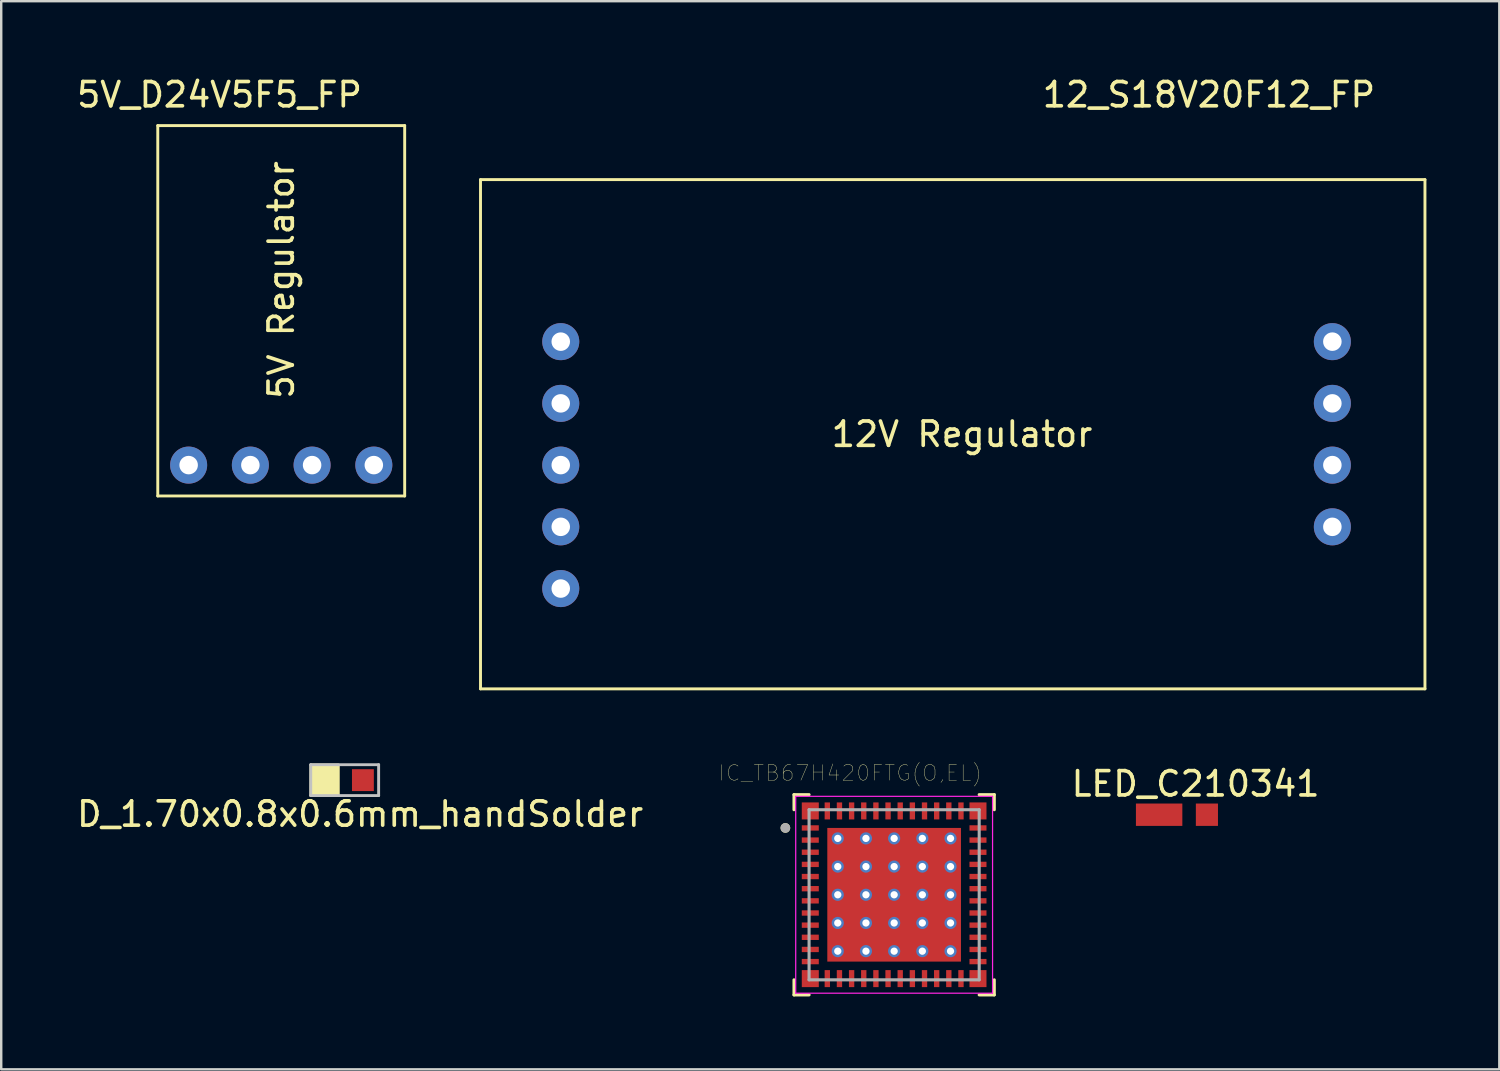
<source format=kicad_pcb>
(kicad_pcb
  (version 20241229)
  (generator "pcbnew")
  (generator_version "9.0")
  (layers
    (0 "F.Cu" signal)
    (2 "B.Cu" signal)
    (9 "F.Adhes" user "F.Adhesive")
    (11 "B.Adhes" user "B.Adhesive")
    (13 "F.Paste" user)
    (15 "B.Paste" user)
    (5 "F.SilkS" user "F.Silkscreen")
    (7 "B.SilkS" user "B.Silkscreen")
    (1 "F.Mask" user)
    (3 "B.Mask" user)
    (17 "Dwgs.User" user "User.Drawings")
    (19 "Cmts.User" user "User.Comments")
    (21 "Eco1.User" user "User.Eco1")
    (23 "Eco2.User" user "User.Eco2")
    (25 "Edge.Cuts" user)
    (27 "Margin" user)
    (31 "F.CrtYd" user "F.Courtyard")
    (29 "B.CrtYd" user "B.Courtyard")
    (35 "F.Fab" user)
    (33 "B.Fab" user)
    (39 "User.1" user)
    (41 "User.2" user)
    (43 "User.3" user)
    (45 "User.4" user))
  (footprint "12_S18V20F12_FP"
    (layer "F.Cu")
    (at 36.534 14.818)
    (property "Reference" "12_S18V20F12_FP" (at 10.16 -13.97 0) (layer "F.SilkS") (effects (font (size 1 1) (thickness 0.15))))
    (attr through_hole)
    (fp_line (start -19.812 10.477) (end -19.812 -10.477) (stroke (width 0.12) (type solid)) (layer "F.SilkS"))
    (fp_line (start 19.05 -10.477) (end -19.812 -10.477) (stroke (width 0.12) (type solid)) (layer "F.SilkS"))
    (fp_line (start 19.05 10.477) (end -19.812 10.477) (stroke (width 0.12) (type solid)) (layer "F.SilkS"))
    (fp_line (start 19.05 10.477) (end 19.05 -10.477) (stroke (width 0.12) (type solid)) (layer "F.SilkS"))
    (fp_text user "12V Regulator" (at 0 0 0) (layer "F.SilkS") (effects (font (size 1 1) (thickness 0.15))))
    (pad "1" thru_hole circle (at -16.51 -3.81) (size 1.524 1.524) (drill 0.762) (layers "*.Cu" "*.Mask"))
    (pad "1" thru_hole circle (at -16.51 -1.27) (size 1.524 1.524) (drill 0.762) (layers "*.Cu" "*.Mask"))
    (pad "2" thru_hole circle (at -16.51 1.27) (size 1.524 1.524) (drill 0.762) (layers "*.Cu" "*.Mask"))
    (pad "2" thru_hole circle (at -16.51 3.81) (size 1.524 1.524) (drill 0.762) (layers "*.Cu" "*.Mask"))
    (pad "3" thru_hole circle (at -16.51 6.35) (size 1.524 1.524) (drill 0.762) (layers "*.Cu" "*.Mask"))
    (pad "4" thru_hole circle (at 15.24 1.27) (size 1.524 1.524) (drill 0.762) (layers "*.Cu" "*.Mask"))
    (pad "4" thru_hole circle (at 15.24 3.81) (size 1.524 1.524) (drill 0.762) (layers "*.Cu" "*.Mask"))
    (pad "5" thru_hole circle (at 15.24 -3.81) (size 1.524 1.524) (drill 0.762) (layers "*.Cu" "*.Mask"))
    (pad "5" thru_hole circle (at 15.24 -1.27) (size 1.524 1.524) (drill 0.762) (layers "*.Cu" "*.Mask")))
  (footprint "IC_TB67H420FTG(O,EL)"
    (layer "F.Cu")
    (at 33.742 33.768)
    (property "Reference" "IC_TB67H420FTG(O,EL)" (at -1.808 -5.011 0) (layer "F.SilkS") (effects (font (size 0.64 0.64) (thickness 0.015))))
    (attr through_hole)
    (fp_line (start -4.12 -4.12) (end -4.12 -3.5) (stroke (width 0.127) (type solid)) (layer "F.SilkS"))
    (fp_line (start -4.12 3.5) (end -4.12 4.12) (stroke (width 0.127) (type solid)) (layer "F.SilkS"))
    (fp_line (start -4.12 4.12) (end -3.5 4.12) (stroke (width 0.127) (type solid)) (layer "F.SilkS"))
    (fp_line (start -3.5 -4.12) (end -4.12 -4.12) (stroke (width 0.127) (type solid)) (layer "F.SilkS"))
    (fp_line (start 3.5 -4.12) (end 4.12 -4.12) (stroke (width 0.127) (type solid)) (layer "F.SilkS"))
    (fp_line (start 3.5 4.12) (end 4.12 4.12) (stroke (width 0.127) (type solid)) (layer "F.SilkS"))
    (fp_line (start 4.12 -3.5) (end 4.12 -4.12) (stroke (width 0.127) (type solid)) (layer "F.SilkS"))
    (fp_line (start 4.12 4.12) (end 4.12 3.5) (stroke (width 0.127) (type solid)) (layer "F.SilkS"))
    (fp_circle (center -4.475 -2.75) (end -4.375 -2.75) (stroke (width 0.2) (type solid)) (fill no) (layer "F.SilkS"))
    (fp_line (start -4.05 -4.05) (end 4.05 -4.05) (stroke (width 0.05) (type solid)) (layer "F.CrtYd"))
    (fp_line (start -4.05 4.05) (end -4.05 -4.05) (stroke (width 0.05) (type solid)) (layer "F.CrtYd"))
    (fp_line (start -4.05 4.05) (end 4.05 4.05) (stroke (width 0.05) (type solid)) (layer "F.CrtYd"))
    (fp_line (start 4.05 4.05) (end 4.05 -4.05) (stroke (width 0.05) (type solid)) (layer "F.CrtYd"))
    (fp_line (start -3.5 3.5) (end -3.5 -3.5) (stroke (width 0.127) (type solid)) (layer "F.Fab"))
    (fp_line (start 3.5 -3.5) (end -3.5 -3.5) (stroke (width 0.127) (type solid)) (layer "F.Fab"))
    (fp_line (start 3.5 3.5) (end -3.5 3.5) (stroke (width 0.127) (type solid)) (layer "F.Fab"))
    (fp_line (start 3.5 3.5) (end 3.5 -3.5) (stroke (width 0.127) (type solid)) (layer "F.Fab"))
    (fp_circle (center -4.475 -2.75) (end -4.375 -2.75) (stroke (width 0.2) (type solid)) (fill no) (layer "F.Fab"))
    (pad "1" smd rect (at -3.45 -2.75) (size 0.7 0.22) (layers "F.Cu" "F.Mask" "F.Paste"))
    (pad "2" smd rect (at -3.45 -2.25) (size 0.7 0.22) (layers "F.Cu" "F.Mask" "F.Paste"))
    (pad "3" smd rect (at -3.45 -1.75) (size 0.7 0.22) (layers "F.Cu" "F.Mask" "F.Paste"))
    (pad "4" smd rect (at -3.45 -1.25) (size 0.7 0.22) (layers "F.Cu" "F.Mask" "F.Paste"))
    (pad "5" smd rect (at -3.45 -0.75) (size 0.7 0.22) (layers "F.Cu" "F.Mask" "F.Paste"))
    (pad "6" smd rect (at -3.45 -0.25) (size 0.7 0.22) (layers "F.Cu" "F.Mask" "F.Paste"))
    (pad "7" smd rect (at -3.45 0.25) (size 0.7 0.22) (layers "F.Cu" "F.Mask" "F.Paste"))
    (pad "8" smd rect (at -3.45 0.75) (size 0.7 0.22) (layers "F.Cu" "F.Mask" "F.Paste"))
    (pad "9" smd rect (at -3.45 1.25) (size 0.7 0.22) (layers "F.Cu" "F.Mask" "F.Paste"))
    (pad "10" smd rect (at -3.45 1.75) (size 0.7 0.22) (layers "F.Cu" "F.Mask" "F.Paste"))
    (pad "11" smd rect (at -3.45 2.25) (size 0.7 0.22) (layers "F.Cu" "F.Mask" "F.Paste"))
    (pad "12" smd rect (at -3.45 2.75) (size 0.7 0.22) (layers "F.Cu" "F.Mask" "F.Paste"))
    (pad "13" smd rect (at -2.75 3.45) (size 0.22 0.7) (layers "F.Cu" "F.Mask" "F.Paste"))
    (pad "14" smd rect (at -2.25 3.45) (size 0.22 0.7) (layers "F.Cu" "F.Mask" "F.Paste"))
    (pad "15" smd rect (at -1.75 3.45) (size 0.22 0.7) (layers "F.Cu" "F.Mask" "F.Paste"))
    (pad "16" smd rect (at -1.25 3.45) (size 0.22 0.7) (layers "F.Cu" "F.Mask" "F.Paste"))
    (pad "17" smd rect (at -0.75 3.45) (size 0.22 0.7) (layers "F.Cu" "F.Mask" "F.Paste"))
    (pad "18" smd rect (at -0.25 3.45) (size 0.22 0.7) (layers "F.Cu" "F.Mask" "F.Paste"))
    (pad "19" smd rect (at 0.25 3.45) (size 0.22 0.7) (layers "F.Cu" "F.Mask" "F.Paste"))
    (pad "20" smd rect (at 0.75 3.45) (size 0.22 0.7) (layers "F.Cu" "F.Mask" "F.Paste"))
    (pad "21" smd rect (at 1.25 3.45) (size 0.22 0.7) (layers "F.Cu" "F.Mask" "F.Paste"))
    (pad "22" smd rect (at 1.75 3.45) (size 0.22 0.7) (layers "F.Cu" "F.Mask" "F.Paste"))
    (pad "23" smd rect (at 2.25 3.45) (size 0.22 0.7) (layers "F.Cu" "F.Mask" "F.Paste"))
    (pad "24" smd rect (at 2.75 3.45) (size 0.22 0.7) (layers "F.Cu" "F.Mask" "F.Paste"))
    (pad "25" smd rect (at 3.45 2.75) (size 0.7 0.22) (layers "F.Cu" "F.Mask" "F.Paste"))
    (pad "26" smd rect (at 3.45 2.25) (size 0.7 0.22) (layers "F.Cu" "F.Mask" "F.Paste"))
    (pad "27" smd rect (at 3.45 1.75) (size 0.7 0.22) (layers "F.Cu" "F.Mask" "F.Paste"))
    (pad "28" smd rect (at 3.45 1.25) (size 0.7 0.22) (layers "F.Cu" "F.Mask" "F.Paste"))
    (pad "29" smd rect (at 3.45 0.75) (size 0.7 0.22) (layers "F.Cu" "F.Mask" "F.Paste"))
    (pad "30" smd rect (at 3.45 0.25) (size 0.7 0.22) (layers "F.Cu" "F.Mask" "F.Paste"))
    (pad "31" smd rect (at 3.45 -0.25) (size 0.7 0.22) (layers "F.Cu" "F.Mask" "F.Paste"))
    (pad "32" smd rect (at 3.45 -0.75) (size 0.7 0.22) (layers "F.Cu" "F.Mask" "F.Paste"))
    (pad "33" smd rect (at 3.45 -1.25) (size 0.7 0.22) (layers "F.Cu" "F.Mask" "F.Paste"))
    (pad "34" smd rect (at 3.45 -1.75) (size 0.7 0.22) (layers "F.Cu" "F.Mask" "F.Paste"))
    (pad "35" smd rect (at 3.45 -2.25) (size 0.7 0.22) (layers "F.Cu" "F.Mask" "F.Paste"))
    (pad "36" smd rect (at 3.45 -2.75) (size 0.7 0.22) (layers "F.Cu" "F.Mask" "F.Paste"))
    (pad "37" smd rect (at 2.75 -3.45) (size 0.22 0.7) (layers "F.Cu" "F.Mask" "F.Paste"))
    (pad "38" smd rect (at 2.25 -3.45) (size 0.22 0.7) (layers "F.Cu" "F.Mask" "F.Paste"))
    (pad "39" smd rect (at 1.75 -3.45) (size 0.22 0.7) (layers "F.Cu" "F.Mask" "F.Paste"))
    (pad "40" smd rect (at 1.25 -3.45) (size 0.22 0.7) (layers "F.Cu" "F.Mask" "F.Paste"))
    (pad "41" smd rect (at 0.75 -3.45) (size 0.22 0.7) (layers "F.Cu" "F.Mask" "F.Paste"))
    (pad "42" smd rect (at 0.25 -3.45) (size 0.22 0.7) (layers "F.Cu" "F.Mask" "F.Paste"))
    (pad "43" smd rect (at -0.25 -3.45) (size 0.22 0.7) (layers "F.Cu" "F.Mask" "F.Paste"))
    (pad "44" smd rect (at -0.75 -3.45) (size 0.22 0.7) (layers "F.Cu" "F.Mask" "F.Paste"))
    (pad "45" smd rect (at -1.25 -3.45) (size 0.22 0.7) (layers "F.Cu" "F.Mask" "F.Paste"))
    (pad "46" smd rect (at -1.75 -3.45) (size 0.22 0.7) (layers "F.Cu" "F.Mask" "F.Paste"))
    (pad "47" smd rect (at -2.25 -3.45) (size 0.22 0.7) (layers "F.Cu" "F.Mask" "F.Paste"))
    (pad "48" smd rect (at -2.75 -3.45) (size 0.22 0.7) (layers "F.Cu" "F.Mask" "F.Paste"))
    (pad "49" smd rect (at 3.45 -3.45) (size 0.7 0.7) (layers "F.Cu" "F.Mask" "F.Paste"))
    (pad "50" smd rect (at -3.45 -3.45) (size 0.7 0.7) (layers "F.Cu" "F.Mask" "F.Paste"))
    (pad "51" smd rect (at -3.45 3.45) (size 0.7 0.7) (layers "F.Cu" "F.Mask" "F.Paste"))
    (pad "52" smd rect (at 3.45 3.45) (size 0.7 0.7) (layers "F.Cu" "F.Mask" "F.Paste"))
    (pad "61" smd rect (at 0 0) (size 5.5 5.5) (layers "F.Cu" "F.Mask" "F.Paste"))
    (pad "74" thru_hole circle (at -2.32 -2.32) (size 0.5 0.5) (drill 0.3) (layers "*.Cu" "*.Mask"))
    (pad "75" thru_hole circle (at -2.32 -1.16) (size 0.5 0.5) (drill 0.3) (layers "*.Cu" "*.Mask"))
    (pad "76" thru_hole circle (at -2.32 0) (size 0.5 0.5) (drill 0.3) (layers "*.Cu" "*.Mask"))
    (pad "77" thru_hole circle (at -2.32 1.16) (size 0.5 0.5) (drill 0.3) (layers "*.Cu" "*.Mask"))
    (pad "78" thru_hole circle (at -2.32 2.32) (size 0.5 0.5) (drill 0.3) (layers "*.Cu" "*.Mask"))
    (pad "79" thru_hole circle (at -1.16 2.32) (size 0.5 0.5) (drill 0.3) (layers "*.Cu" "*.Mask"))
    (pad "80" thru_hole circle (at -1.16 1.16) (size 0.5 0.5) (drill 0.3) (layers "*.Cu" "*.Mask"))
    (pad "81" thru_hole circle (at -1.16 0) (size 0.5 0.5) (drill 0.3) (layers "*.Cu" "*.Mask"))
    (pad "82" thru_hole circle (at -1.16 -1.16) (size 0.5 0.5) (drill 0.3) (layers "*.Cu" "*.Mask"))
    (pad "83" thru_hole circle (at -1.16 -2.32) (size 0.5 0.5) (drill 0.3) (layers "*.Cu" "*.Mask"))
    (pad "84" thru_hole circle (at 0 -2.32) (size 0.5 0.5) (drill 0.3) (layers "*.Cu" "*.Mask"))
    (pad "85" thru_hole circle (at 0 -1.16) (size 0.5 0.5) (drill 0.3) (layers "*.Cu" "*.Mask"))
    (pad "86" thru_hole circle (at 0 0) (size 0.5 0.5) (drill 0.3) (layers "*.Cu" "*.Mask"))
    (pad "87" thru_hole circle (at 0 1.16) (size 0.5 0.5) (drill 0.3) (layers "*.Cu" "*.Mask"))
    (pad "88" thru_hole circle (at 0 2.32) (size 0.5 0.5) (drill 0.3) (layers "*.Cu" "*.Mask"))
    (pad "89" thru_hole circle (at 1.16 2.32) (size 0.5 0.5) (drill 0.3) (layers "*.Cu" "*.Mask"))
    (pad "90" thru_hole circle (at 1.16 1.16) (size 0.5 0.5) (drill 0.3) (layers "*.Cu" "*.Mask"))
    (pad "91" thru_hole circle (at 1.16 0) (size 0.5 0.5) (drill 0.3) (layers "*.Cu" "*.Mask"))
    (pad "92" thru_hole circle (at 1.16 -1.16) (size 0.5 0.5) (drill 0.3) (layers "*.Cu" "*.Mask"))
    (pad "93" thru_hole circle (at 1.16 -2.32) (size 0.5 0.5) (drill 0.3) (layers "*.Cu" "*.Mask"))
    (pad "94" thru_hole circle (at 2.32 -2.32) (size 0.5 0.5) (drill 0.3) (layers "*.Cu" "*.Mask"))
    (pad "95" thru_hole circle (at 2.32 -1.16) (size 0.5 0.5) (drill 0.3) (layers "*.Cu" "*.Mask"))
    (pad "96" thru_hole circle (at 2.32 0) (size 0.5 0.5) (drill 0.3) (layers "*.Cu" "*.Mask"))
    (pad "97" thru_hole circle (at 2.32 1.16) (size 0.5 0.5) (drill 0.3) (layers "*.Cu" "*.Mask"))
    (pad "98" thru_hole circle (at 2.32 2.32) (size 0.5 0.5) (drill 0.3) (layers "*.Cu" "*.Mask")))
  (footprint "5V_D24V5F5_FP"
    (layer "F.Cu")
    (at 8.522 13.548)
    (property "Reference" "5V_D24V5F5_FP" (at -2.54 -12.7 0) (layer "F.SilkS") (effects (font (size 1 1) (thickness 0.15))))
    (attr through_hole)
    (fp_line (start -5.08 -11.43) (end 5.08 -11.43) (stroke (width 0.12) (type solid)) (layer "F.SilkS"))
    (fp_line (start -5.08 3.81) (end -5.08 -11.43) (stroke (width 0.12) (type solid)) (layer "F.SilkS"))
    (fp_line (start -5.08 3.81) (end 5.08 3.81) (stroke (width 0.12) (type solid)) (layer "F.SilkS"))
    (fp_line (start 5.08 3.81) (end 5.08 -11.43) (stroke (width 0.12) (type solid)) (layer "F.SilkS"))
    (fp_text user "5V Regulator" (at 0 -5.08 90) (layer "F.SilkS") (effects (font (size 1 1) (thickness 0.15))))
    (pad "1" thru_hole circle (at -3.81 2.54) (size 1.524 1.524) (drill 0.762) (layers "*.Cu" "*.Mask"))
    (pad "2" thru_hole circle (at -1.27 2.54) (size 1.524 1.524) (drill 0.762) (layers "*.Cu" "*.Mask"))
    (pad "3" thru_hole circle (at 1.27 2.54) (size 1.524 1.524) (drill 0.762) (layers "*.Cu" "*.Mask"))
    (pad "4" thru_hole circle (at 3.81 2.54) (size 1.524 1.524) (drill 0.762) (layers "*.Cu" "*.Mask")))
  (footprint "LED_C210341"
    (layer "F.Cu")
    (at 45.892 30.474)
    (property "Reference" "LED_C210341" (at 0.254 -1.27 0) (layer "F.SilkS") (effects (font (size 1 1) (thickness 0.15))))
    (attr through_hole)
    (pad "1" smd rect (at -1.246 0) (size 1.91 0.92) (layers "F.Cu" "F.Mask" "F.Paste"))
    (pad "2" smd rect (at 0.72 0) (size 0.91 0.92) (layers "F.Cu" "F.Mask" "F.Paste")))
  (footprint "D_1.70x0.8x0.6mm_handSolder"
    (layer "F.Cu")
    (at 11.133 29.051)
    (property "Reference" "D_1.70x0.8x0.6mm_handSolder" (at 0.635 1.397 0) (layer "F.SilkS") (effects (font (size 1 1) (thickness 0.15))))
    (attr through_hole)
    (fp_poly (pts (xy -0.254 0.635) (xy -1.397 0.635) (xy -1.397 -0.635) (xy -0.254 -0.635)) (stroke (width 0.1) (type solid)) (fill yes) (layer "F.SilkS"))
    (fp_line (start -1.397 -0.635) (end 1.397 -0.635) (stroke (width 0.12) (type solid)) (layer "Dwgs.User"))
    (fp_line (start -1.397 0.635) (end -1.397 -0.635) (stroke (width 0.12) (type solid)) (layer "Dwgs.User"))
    (fp_line (start 1.397 -0.635) (end 1.397 0.635) (stroke (width 0.12) (type solid)) (layer "Dwgs.User"))
    (fp_line (start 1.397 0.635) (end -1.397 0.635) (stroke (width 0.12) (type solid)) (layer "Dwgs.User"))
    (pad "1" smd rect (at -0.75 0) (size 0.9 0.9) (layers "F.Cu" "F.Mask" "F.Paste"))
    (pad "2" smd rect (at 0.75 0) (size 0.9 0.9) (layers "F.Cu" "F.Mask" "F.Paste")))
  (gr_rect
    (start -3 -3)
    (end 58.644 40.951)
    (stroke (width 0.1) (type default))
    (fill no)
    (layer "Edge.Cuts")))
</source>
